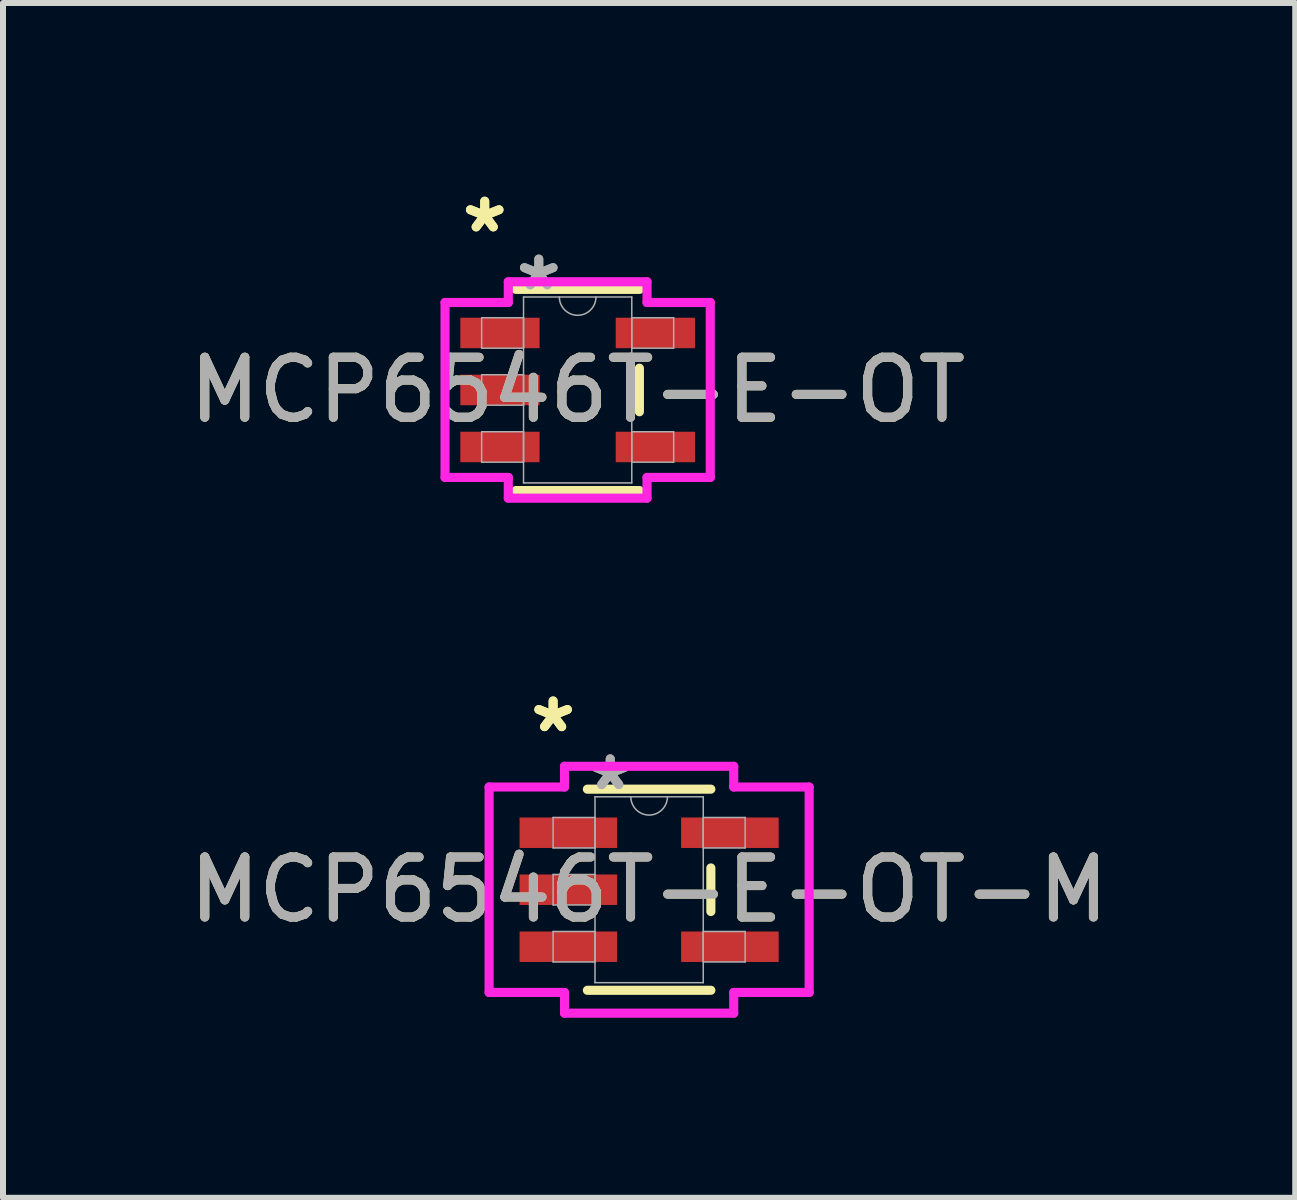
<source format=kicad_pcb>
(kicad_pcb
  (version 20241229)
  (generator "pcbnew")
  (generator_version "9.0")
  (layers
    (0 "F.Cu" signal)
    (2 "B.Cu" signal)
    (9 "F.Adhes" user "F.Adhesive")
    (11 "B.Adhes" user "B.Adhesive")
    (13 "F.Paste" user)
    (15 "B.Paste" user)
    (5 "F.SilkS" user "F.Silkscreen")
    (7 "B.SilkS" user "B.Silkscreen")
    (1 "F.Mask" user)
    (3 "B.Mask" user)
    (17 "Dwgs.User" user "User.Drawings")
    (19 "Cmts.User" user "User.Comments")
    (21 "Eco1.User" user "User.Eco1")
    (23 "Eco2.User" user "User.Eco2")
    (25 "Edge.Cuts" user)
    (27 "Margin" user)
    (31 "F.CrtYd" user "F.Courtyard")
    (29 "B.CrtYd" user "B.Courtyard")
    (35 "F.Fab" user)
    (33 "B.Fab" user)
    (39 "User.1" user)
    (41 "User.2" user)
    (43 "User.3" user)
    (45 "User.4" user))
  (footprint "MCP6546T-E-OT-M"
    (layer "F.Cu")
    (at 7.768 11.778)
    (property "Reference" "MCP6546T-E-OT-M" (at 0 0 0) (unlocked yes) (layer "F.SilkS") (effects (font (size 1 1) (thickness 0.15))))
    (attr smd)
    (fp_line (start -1.029 1.676) (end 1.029 1.676) (stroke (width 0.152) (type solid)) (layer "F.SilkS"))
    (fp_line (start 1.029 -1.676) (end -1.029 -1.676) (stroke (width 0.152) (type solid)) (layer "F.SilkS"))
    (fp_line (start 1.029 0.363) (end 1.029 -0.363) (stroke (width 0.152) (type solid)) (layer "F.SilkS"))
    (fp_line (start -2.667 -1.712) (end -1.41 -1.712) (stroke (width 0.152) (type solid)) (layer "F.CrtYd"))
    (fp_line (start -2.667 1.712) (end -2.667 -1.712) (stroke (width 0.152) (type solid)) (layer "F.CrtYd"))
    (fp_line (start -1.41 -2.057) (end 1.41 -2.057) (stroke (width 0.152) (type solid)) (layer "F.CrtYd"))
    (fp_line (start -1.41 -1.712) (end -1.41 -2.057) (stroke (width 0.152) (type solid)) (layer "F.CrtYd"))
    (fp_line (start -1.41 1.712) (end -2.667 1.712) (stroke (width 0.152) (type solid)) (layer "F.CrtYd"))
    (fp_line (start -1.41 2.057) (end -1.41 1.712) (stroke (width 0.152) (type solid)) (layer "F.CrtYd"))
    (fp_line (start 1.41 -2.057) (end 1.41 -1.712) (stroke (width 0.152) (type solid)) (layer "F.CrtYd"))
    (fp_line (start 1.41 -1.712) (end 2.667 -1.712) (stroke (width 0.152) (type solid)) (layer "F.CrtYd"))
    (fp_line (start 1.41 1.712) (end 1.41 2.057) (stroke (width 0.152) (type solid)) (layer "F.CrtYd"))
    (fp_line (start 1.41 2.057) (end -1.41 2.057) (stroke (width 0.152) (type solid)) (layer "F.CrtYd"))
    (fp_line (start 2.667 -1.712) (end 2.667 1.712) (stroke (width 0.152) (type solid)) (layer "F.CrtYd"))
    (fp_line (start 2.667 1.712) (end 1.41 1.712) (stroke (width 0.152) (type solid)) (layer "F.CrtYd"))
    (fp_line (start -1.6 -1.204) (end -1.6 -0.696) (stroke (width 0.025) (type solid)) (layer "F.Fab"))
    (fp_line (start -1.6 -0.696) (end -0.902 -0.696) (stroke (width 0.025) (type solid)) (layer "F.Fab"))
    (fp_line (start -1.6 -0.254) (end -1.6 0.254) (stroke (width 0.025) (type solid)) (layer "F.Fab"))
    (fp_line (start -1.6 0.254) (end -0.902 0.254) (stroke (width 0.025) (type solid)) (layer "F.Fab"))
    (fp_line (start -1.6 0.696) (end -1.6 1.204) (stroke (width 0.025) (type solid)) (layer "F.Fab"))
    (fp_line (start -1.6 1.204) (end -0.902 1.204) (stroke (width 0.025) (type solid)) (layer "F.Fab"))
    (fp_line (start -0.902 -1.549) (end -0.902 1.549) (stroke (width 0.025) (type solid)) (layer "F.Fab"))
    (fp_line (start -0.902 -1.204) (end -1.6 -1.204) (stroke (width 0.025) (type solid)) (layer "F.Fab"))
    (fp_line (start -0.902 -0.696) (end -0.902 -1.204) (stroke (width 0.025) (type solid)) (layer "F.Fab"))
    (fp_line (start -0.902 -0.254) (end -1.6 -0.254) (stroke (width 0.025) (type solid)) (layer "F.Fab"))
    (fp_line (start -0.902 0.254) (end -0.902 -0.254) (stroke (width 0.025) (type solid)) (layer "F.Fab"))
    (fp_line (start -0.902 0.696) (end -1.6 0.696) (stroke (width 0.025) (type solid)) (layer "F.Fab"))
    (fp_line (start -0.902 1.204) (end -0.902 0.696) (stroke (width 0.025) (type solid)) (layer "F.Fab"))
    (fp_line (start -0.902 1.549) (end 0.902 1.549) (stroke (width 0.025) (type solid)) (layer "F.Fab"))
    (fp_line (start 0.902 -1.549) (end -0.902 -1.549) (stroke (width 0.025) (type solid)) (layer "F.Fab"))
    (fp_line (start 0.902 -1.204) (end 0.902 -0.696) (stroke (width 0.025) (type solid)) (layer "F.Fab"))
    (fp_line (start 0.902 -0.696) (end 1.6 -0.696) (stroke (width 0.025) (type solid)) (layer "F.Fab"))
    (fp_line (start 0.902 0.696) (end 0.902 1.204) (stroke (width 0.025) (type solid)) (layer "F.Fab"))
    (fp_line (start 0.902 1.204) (end 1.6 1.204) (stroke (width 0.025) (type solid)) (layer "F.Fab"))
    (fp_line (start 0.902 1.549) (end 0.902 -1.549) (stroke (width 0.025) (type solid)) (layer "F.Fab"))
    (fp_line (start 1.6 -1.204) (end 0.902 -1.204) (stroke (width 0.025) (type solid)) (layer "F.Fab"))
    (fp_line (start 1.6 -0.696) (end 1.6 -1.204) (stroke (width 0.025) (type solid)) (layer "F.Fab"))
    (fp_line (start 1.6 0.696) (end 0.902 0.696) (stroke (width 0.025) (type solid)) (layer "F.Fab"))
    (fp_line (start 1.6 1.204) (end 1.6 0.696) (stroke (width 0.025) (type solid)) (layer "F.Fab"))
    (fp_arc (start 0.3048 -1.5494) (mid 0 -1.2446) (end -0.3048 -1.5494) (stroke (width 0.0254) (type solid)) (layer "F.Fab"))
    (fp_text user "*" (at -1.6 -2.601 0) (unlocked yes) (layer "F.SilkS") (effects (font (size 1 1) (thickness 0.15))))
    (fp_text user "*" (at -1.6 -2.601 0) (layer "F.SilkS") (effects (font (size 1 1) (thickness 0.15))))
    (fp_text user "${REFERENCE}" (at 0 0 0) (unlocked yes) (layer "F.Fab") (effects (font (size 1 1) (thickness 0.15))))
    (fp_text user "*" (at -0.648 -1.636 0) (layer "F.Fab") (effects (font (size 1 1) (thickness 0.15))))
    (fp_text user "*" (at -0.648 -1.636 0) (unlocked yes) (layer "F.Fab") (effects (font (size 1 1) (thickness 0.15))))
    (pad "1" smd rect (at -1.346 -0.95) (size 1.626 0.508) (layers "F.Cu" "F.Mask" "F.Paste"))
    (pad "2" smd rect (at -1.346 0) (size 1.626 0.508) (layers "F.Cu" "F.Mask" "F.Paste"))
    (pad "3" smd rect (at -1.346 0.95) (size 1.626 0.508) (layers "F.Cu" "F.Mask" "F.Paste"))
    (pad "4" smd rect (at 1.346 0.95) (size 1.626 0.508) (layers "F.Cu" "F.Mask" "F.Paste"))
    (pad "5" smd rect (at 1.346 -0.95) (size 1.626 0.508) (layers "F.Cu" "F.Mask" "F.Paste")))
  (footprint "MCP6546T-E-OT"
    (layer "F.Cu")
    (at 6.577 3.449)
    (property "Reference" "MCP6546T-E-OT" (at 0 0 0) (unlocked yes) (layer "F.SilkS") (effects (font (size 1 1) (thickness 0.15))))
    (attr smd)
    (fp_line (start -1.029 1.676) (end 1.029 1.676) (stroke (width 0.152) (type solid)) (layer "F.SilkS"))
    (fp_line (start 1.029 -1.676) (end -1.029 -1.676) (stroke (width 0.152) (type solid)) (layer "F.SilkS"))
    (fp_line (start 1.029 0.363) (end 1.029 -0.363) (stroke (width 0.152) (type solid)) (layer "F.SilkS"))
    (fp_line (start -2.21 -1.458) (end -1.156 -1.458) (stroke (width 0.152) (type solid)) (layer "F.CrtYd"))
    (fp_line (start -2.21 1.458) (end -2.21 -1.458) (stroke (width 0.152) (type solid)) (layer "F.CrtYd"))
    (fp_line (start -1.156 -1.803) (end 1.156 -1.803) (stroke (width 0.152) (type solid)) (layer "F.CrtYd"))
    (fp_line (start -1.156 -1.458) (end -1.156 -1.803) (stroke (width 0.152) (type solid)) (layer "F.CrtYd"))
    (fp_line (start -1.156 1.458) (end -2.21 1.458) (stroke (width 0.152) (type solid)) (layer "F.CrtYd"))
    (fp_line (start -1.156 1.803) (end -1.156 1.458) (stroke (width 0.152) (type solid)) (layer "F.CrtYd"))
    (fp_line (start 1.156 -1.803) (end 1.156 -1.458) (stroke (width 0.152) (type solid)) (layer "F.CrtYd"))
    (fp_line (start 1.156 -1.458) (end 2.21 -1.458) (stroke (width 0.152) (type solid)) (layer "F.CrtYd"))
    (fp_line (start 1.156 1.458) (end 1.156 1.803) (stroke (width 0.152) (type solid)) (layer "F.CrtYd"))
    (fp_line (start 1.156 1.803) (end -1.156 1.803) (stroke (width 0.152) (type solid)) (layer "F.CrtYd"))
    (fp_line (start 2.21 -1.458) (end 2.21 1.458) (stroke (width 0.152) (type solid)) (layer "F.CrtYd"))
    (fp_line (start 2.21 1.458) (end 1.156 1.458) (stroke (width 0.152) (type solid)) (layer "F.CrtYd"))
    (fp_line (start -1.6 -1.204) (end -1.6 -0.696) (stroke (width 0.025) (type solid)) (layer "F.Fab"))
    (fp_line (start -1.6 -0.696) (end -0.902 -0.696) (stroke (width 0.025) (type solid)) (layer "F.Fab"))
    (fp_line (start -1.6 -0.254) (end -1.6 0.254) (stroke (width 0.025) (type solid)) (layer "F.Fab"))
    (fp_line (start -1.6 0.254) (end -0.902 0.254) (stroke (width 0.025) (type solid)) (layer "F.Fab"))
    (fp_line (start -1.6 0.696) (end -1.6 1.204) (stroke (width 0.025) (type solid)) (layer "F.Fab"))
    (fp_line (start -1.6 1.204) (end -0.902 1.204) (stroke (width 0.025) (type solid)) (layer "F.Fab"))
    (fp_line (start -0.902 -1.549) (end -0.902 1.549) (stroke (width 0.025) (type solid)) (layer "F.Fab"))
    (fp_line (start -0.902 -1.204) (end -1.6 -1.204) (stroke (width 0.025) (type solid)) (layer "F.Fab"))
    (fp_line (start -0.902 -0.696) (end -0.902 -1.204) (stroke (width 0.025) (type solid)) (layer "F.Fab"))
    (fp_line (start -0.902 -0.254) (end -1.6 -0.254) (stroke (width 0.025) (type solid)) (layer "F.Fab"))
    (fp_line (start -0.902 0.254) (end -0.902 -0.254) (stroke (width 0.025) (type solid)) (layer "F.Fab"))
    (fp_line (start -0.902 0.696) (end -1.6 0.696) (stroke (width 0.025) (type solid)) (layer "F.Fab"))
    (fp_line (start -0.902 1.204) (end -0.902 0.696) (stroke (width 0.025) (type solid)) (layer "F.Fab"))
    (fp_line (start -0.902 1.549) (end 0.902 1.549) (stroke (width 0.025) (type solid)) (layer "F.Fab"))
    (fp_line (start 0.902 -1.549) (end -0.902 -1.549) (stroke (width 0.025) (type solid)) (layer "F.Fab"))
    (fp_line (start 0.902 -1.204) (end 0.902 -0.696) (stroke (width 0.025) (type solid)) (layer "F.Fab"))
    (fp_line (start 0.902 -0.696) (end 1.6 -0.696) (stroke (width 0.025) (type solid)) (layer "F.Fab"))
    (fp_line (start 0.902 0.696) (end 0.902 1.204) (stroke (width 0.025) (type solid)) (layer "F.Fab"))
    (fp_line (start 0.902 1.204) (end 1.6 1.204) (stroke (width 0.025) (type solid)) (layer "F.Fab"))
    (fp_line (start 0.902 1.549) (end 0.902 -1.549) (stroke (width 0.025) (type solid)) (layer "F.Fab"))
    (fp_line (start 1.6 -1.204) (end 0.902 -1.204) (stroke (width 0.025) (type solid)) (layer "F.Fab"))
    (fp_line (start 1.6 -0.696) (end 1.6 -1.204) (stroke (width 0.025) (type solid)) (layer "F.Fab"))
    (fp_line (start 1.6 0.696) (end 0.902 0.696) (stroke (width 0.025) (type solid)) (layer "F.Fab"))
    (fp_line (start 1.6 1.204) (end 1.6 0.696) (stroke (width 0.025) (type solid)) (layer "F.Fab"))
    (fp_arc (start 0.3048 -1.5494) (mid 0 -1.2446) (end -0.3048 -1.5494) (stroke (width 0.0254) (type solid)) (layer "F.Fab"))
    (fp_text user "*" (at -1.549 -2.601 0) (layer "F.SilkS") (effects (font (size 1 1) (thickness 0.15))))
    (fp_text user "*" (at -1.549 -2.601 0) (unlocked yes) (layer "F.SilkS") (effects (font (size 1 1) (thickness 0.15))))
    (fp_text user "*" (at -0.648 -1.636 0) (layer "F.Fab") (effects (font (size 1 1) (thickness 0.15))))
    (fp_text user "*" (at -0.648 -1.636 0) (unlocked yes) (layer "F.Fab") (effects (font (size 1 1) (thickness 0.15))))
    (fp_text user "${REFERENCE}" (at 0 0 0) (unlocked yes) (layer "F.Fab") (effects (font (size 1 1) (thickness 0.15))))
    (pad "1" smd rect (at -1.295 -0.95) (size 1.321 0.508) (layers "F.Cu" "F.Mask" "F.Paste"))
    (pad "2" smd rect (at -1.295 0) (size 1.321 0.508) (layers "F.Cu" "F.Mask" "F.Paste"))
    (pad "3" smd rect (at -1.295 0.95) (size 1.321 0.508) (layers "F.Cu" "F.Mask" "F.Paste"))
    (pad "4" smd rect (at 1.295 0.95) (size 1.321 0.508) (layers "F.Cu" "F.Mask" "F.Paste"))
    (pad "5" smd rect (at 1.295 -0.95) (size 1.321 0.508) (layers "F.Cu" "F.Mask" "F.Paste")))
  (gr_rect
    (start -3 -3)
    (end 18.536 16.912)
    (stroke (width 0.1) (type default))
    (fill no)
    (layer "Edge.Cuts")))
</source>
